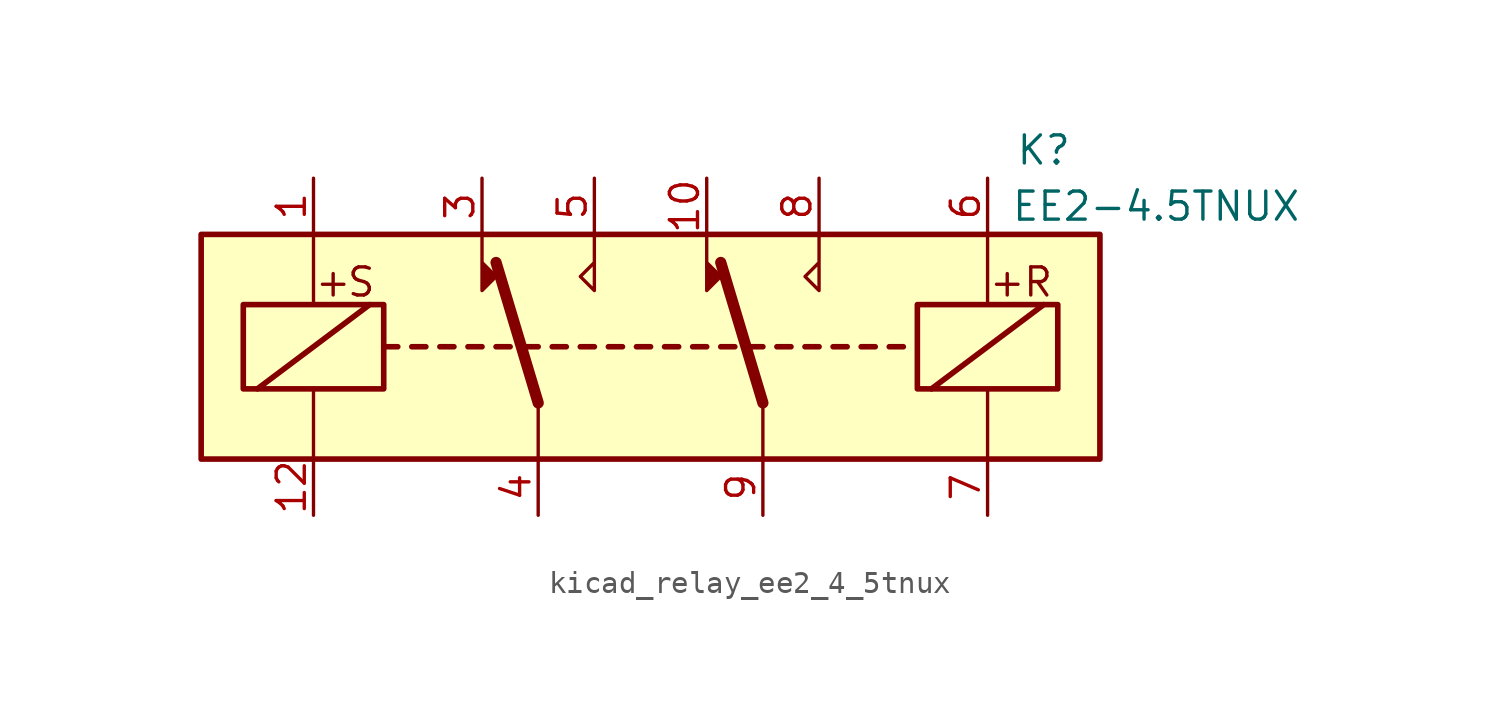
<source format=kicad_sym>
(kicad_symbol_lib
  (version 20220914)
  (generator kicad_symbol_editor)
  (symbol "kicad_relay_ee2_4_5tnux"
    (property "Reference" "K"
      (at 17.78 8.89 0)
      (effects (font (size 1.27 1.27))))
    (property "Value" "EE2-4.5TNUX"
      (at 22.86 6.35 0)
      (effects (font (size 1.27 1.27))))
    (symbol "kicad_relay_ee2_4_5tnux_1_1"
      (rectangle (start -20.32 5.08) (end 20.32 -5.08) (stroke (width 0.254) (type default)) (fill (type background)))
      (rectangle (start -18.415 1.905) (end -12.065 -1.905) (stroke (width 0.254) (type default)) (fill (type none)))
      (polyline (pts (xy -17.78 -1.905) (xy -12.7 1.905)) (stroke (width 0.254) (type default)) (fill (type none)))
      (polyline (pts (xy -15.24 -5.08) (xy -15.24 -1.905)) (stroke (width 0) (type default)) (fill (type none)))
      (polyline (pts (xy -15.24 5.08) (xy -15.24 1.905)) (stroke (width 0) (type default)) (fill (type none)))
      (polyline (pts (xy -12.065 0) (xy -11.43 0)) (stroke (width 0.254) (type default)) (fill (type none)))
      (polyline (pts (xy -10.795 0) (xy -10.16 0)) (stroke (width 0.254) (type default)) (fill (type none)))
      (polyline (pts (xy -9.525 0) (xy -8.89 0)) (stroke (width 0.254) (type default)) (fill (type none)))
      (polyline (pts (xy -8.255 0) (xy -7.62 0)) (stroke (width 0.254) (type default)) (fill (type none)))
      (polyline (pts (xy -6.985 0) (xy -6.35 0)) (stroke (width 0.254) (type default)) (fill (type none)))
      (polyline (pts (xy -5.715 0) (xy -5.08 0)) (stroke (width 0.254) (type default)) (fill (type none)))
      (polyline (pts (xy -5.08 -2.54) (xy -6.985 3.81)) (stroke (width 0.508) (type default)) (fill (type none)))
      (polyline (pts (xy -5.08 -2.54) (xy -5.08 -5.08)) (stroke (width 0) (type default)) (fill (type none)))
      (polyline (pts (xy -4.445 0) (xy -3.81 0)) (stroke (width 0.254) (type default)) (fill (type none)))
      (polyline (pts (xy -3.175 0) (xy -2.54 0)) (stroke (width 0.254) (type default)) (fill (type none)))
      (polyline (pts (xy -1.905 0) (xy -1.27 0)) (stroke (width 0.254) (type default)) (fill (type none)))
      (polyline (pts (xy -0.635 0) (xy 0 0)) (stroke (width 0.254) (type default)) (fill (type none)))
      (polyline (pts (xy 0.635 0) (xy 1.27 0)) (stroke (width 0.254) (type default)) (fill (type none)))
      (polyline (pts (xy 1.905 0) (xy 2.54 0)) (stroke (width 0.254) (type default)) (fill (type none)))
      (polyline (pts (xy 3.175 0) (xy 3.81 0)) (stroke (width 0.254) (type default)) (fill (type none)))
      (polyline (pts (xy 4.445 0) (xy 5.08 0)) (stroke (width 0.254) (type default)) (fill (type none)))
      (polyline (pts (xy 5.08 -2.54) (xy 3.175 3.81)) (stroke (width 0.508) (type default)) (fill (type none)))
      (polyline (pts (xy 5.08 -2.54) (xy 5.08 -5.08)) (stroke (width 0) (type default)) (fill (type none)))
      (polyline (pts (xy 5.715 0) (xy 6.35 0)) (stroke (width 0.254) (type default)) (fill (type none)))
      (polyline (pts (xy 6.985 0) (xy 7.62 0)) (stroke (width 0.254) (type default)) (fill (type none)))
      (polyline (pts (xy 8.255 0) (xy 8.89 0)) (stroke (width 0.254) (type default)) (fill (type none)))
      (polyline (pts (xy 9.525 0) (xy 10.16 0)) (stroke (width 0.254) (type default)) (fill (type none)))
      (polyline (pts (xy 10.795 0) (xy 11.43 0)) (stroke (width 0.254) (type default)) (fill (type none)))
      (polyline (pts (xy 12.7 -1.905) (xy 17.78 1.905)) (stroke (width 0.254) (type default)) (fill (type none)))
      (polyline (pts (xy 15.24 -5.08) (xy 15.24 -1.905)) (stroke (width 0) (type default)) (fill (type none)))
      (polyline (pts (xy 15.24 5.08) (xy 15.24 1.905)) (stroke (width 0) (type default)) (fill (type none)))
      (polyline (pts (xy -7.62 5.08) (xy -7.62 2.54) (xy -6.985 3.175) (xy -7.62 3.81)) (stroke (width 0) (type default)) (fill (type outline)))
      (polyline (pts (xy -2.54 5.08) (xy -2.54 2.54) (xy -3.175 3.175) (xy -2.54 3.81)) (stroke (width 0) (type default)) (fill (type none)))
      (polyline (pts (xy 2.54 5.08) (xy 2.54 2.54) (xy 3.175 3.175) (xy 2.54 3.81)) (stroke (width 0) (type default)) (fill (type outline)))
      (polyline (pts (xy 7.62 5.08) (xy 7.62 2.54) (xy 6.985 3.175) (xy 7.62 3.81)) (stroke (width 0) (type default)) (fill (type none)))
      (rectangle (start 12.065 1.905) (end 18.415 -1.905) (stroke (width 0.254) (type default)) (fill (type none)))
      (text "+" (at -14.351 2.921 0) (effects (font (size 1.27 1.27))))
      (text "+" (at 16.129 2.921 0) (effects (font (size 1.27 1.27))))
      (text "R" (at 17.526 2.921 0) (effects (font (size 1.27 1.27))))
      (text "S" (at -13.081 2.921 0) (effects (font (size 1.27 1.27))))
      (pin passive line (at -15.24 7.62 270) (length 2.54) (name "~" (effects (font (size 1.27 1.27)))) (number "1" (effects (font (size 1.27 1.27)))))
      (pin passive line (at 2.54 7.62 270) (length 2.54) (name "~" (effects (font (size 1.27 1.27)))) (number "10" (effects (font (size 1.27 1.27)))))
      (pin passive line (at -15.24 -7.62 90) (length 2.54) (name "~" (effects (font (size 1.27 1.27)))) (number "12" (effects (font (size 1.27 1.27)))))
      (pin passive line (at -7.62 7.62 270) (length 2.54) (name "~" (effects (font (size 1.27 1.27)))) (number "3" (effects (font (size 1.27 1.27)))))
      (pin passive line (at -5.08 -7.62 90) (length 2.54) (name "~" (effects (font (size 1.27 1.27)))) (number "4" (effects (font (size 1.27 1.27)))))
      (pin passive line (at -2.54 7.62 270) (length 2.54) (name "~" (effects (font (size 1.27 1.27)))) (number "5" (effects (font (size 1.27 1.27)))))
      (pin passive line (at 15.24 7.62 270) (length 2.54) (name "~" (effects (font (size 1.27 1.27)))) (number "6" (effects (font (size 1.27 1.27)))))
      (pin passive line (at 15.24 -7.62 90) (length 2.54) (name "~" (effects (font (size 1.27 1.27)))) (number "7" (effects (font (size 1.27 1.27)))))
      (pin passive line (at 7.62 7.62 270) (length 2.54) (name "~" (effects (font (size 1.27 1.27)))) (number "8" (effects (font (size 1.27 1.27)))))
      (pin passive line (at 5.08 -7.62 90) (length 2.54) (name "~" (effects (font (size 1.27 1.27)))) (number "9" (effects (font (size 1.27 1.27))))))))
</source>
